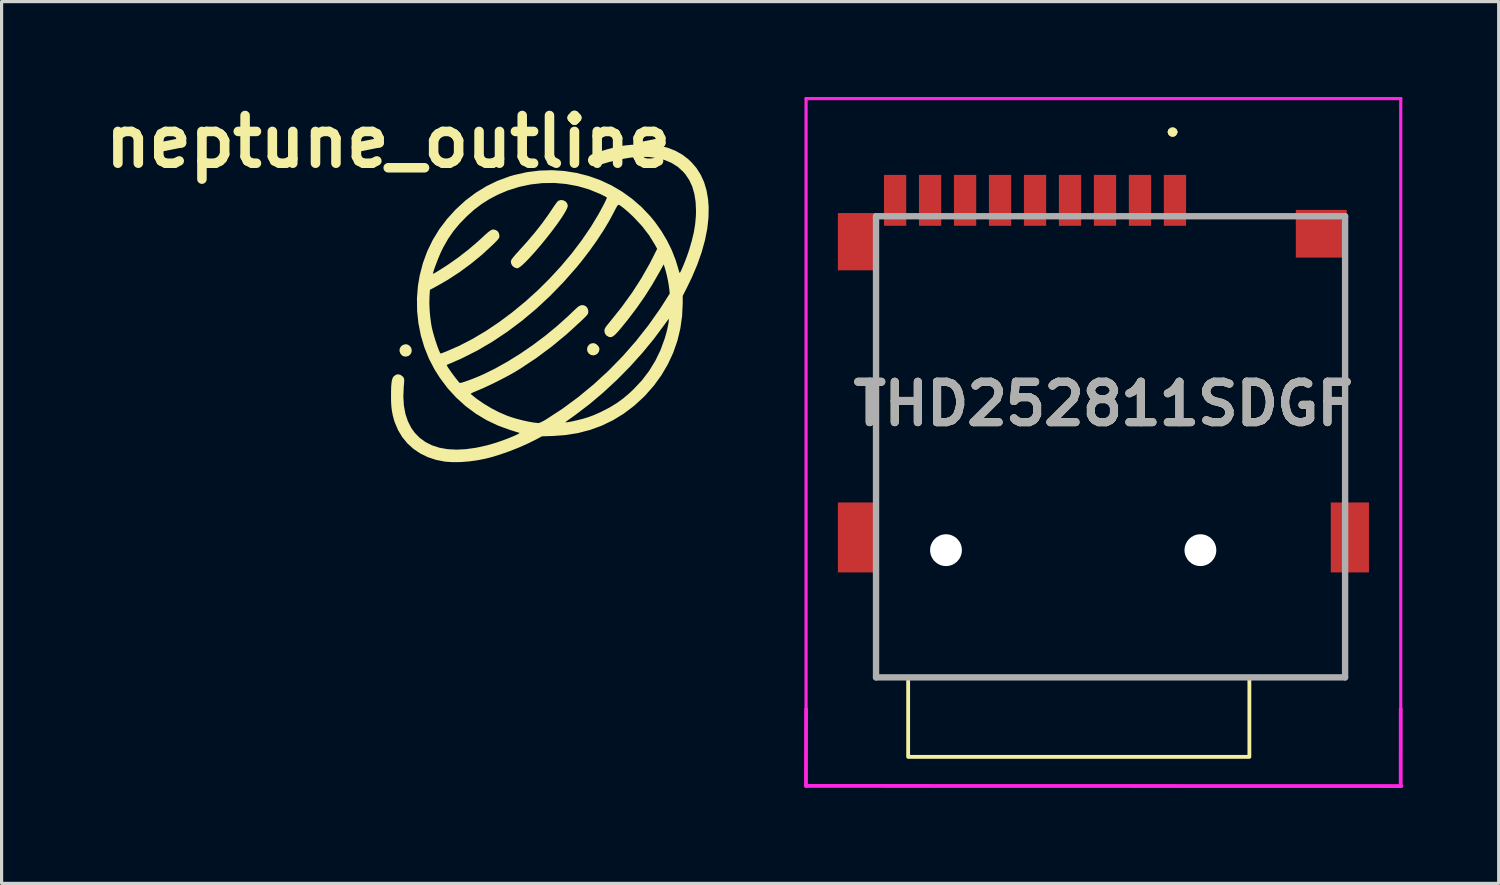
<source format=kicad_pcb>
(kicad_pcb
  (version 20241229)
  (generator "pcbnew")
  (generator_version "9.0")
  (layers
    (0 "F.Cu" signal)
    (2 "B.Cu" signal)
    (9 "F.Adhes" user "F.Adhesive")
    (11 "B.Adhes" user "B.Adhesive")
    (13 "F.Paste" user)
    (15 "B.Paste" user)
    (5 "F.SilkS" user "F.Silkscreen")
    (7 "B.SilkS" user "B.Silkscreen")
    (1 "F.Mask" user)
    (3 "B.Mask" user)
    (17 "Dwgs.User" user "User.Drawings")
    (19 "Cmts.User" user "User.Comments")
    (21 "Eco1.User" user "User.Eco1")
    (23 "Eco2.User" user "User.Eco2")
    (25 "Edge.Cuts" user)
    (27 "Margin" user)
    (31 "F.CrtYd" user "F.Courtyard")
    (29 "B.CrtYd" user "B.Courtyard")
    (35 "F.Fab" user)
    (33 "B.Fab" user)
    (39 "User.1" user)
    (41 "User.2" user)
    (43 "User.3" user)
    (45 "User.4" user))
  (footprint "THD252811SDGF"
    (layer "F.Cu")
    (at 31.872 11)
    (property "Reference" "THD252811SDGF" (at -0.225 -1.35 180) (layer "F.SilkS") (effects (font (size 1.27 1.27) (thickness 0.254))))
    (fp_line (start -7.375 -4.5) (end -7.375 -4.5) (stroke (width 0.1) (type solid)) (layer "F.SilkS"))
    (fp_line (start -7.375 -4.5) (end -7.375 0.75) (stroke (width 0.1) (type solid)) (layer "F.SilkS"))
    (fp_line (start -7.375 0.75) (end -7.375 -4.5) (stroke (width 0.1) (type solid)) (layer "F.SilkS"))
    (fp_line (start -7.375 0.75) (end -7.375 0.75) (stroke (width 0.1) (type solid)) (layer "F.SilkS"))
    (fp_line (start -7.375 4.75) (end -7.375 4.75) (stroke (width 0.1) (type solid)) (layer "F.SilkS"))
    (fp_line (start -7.375 4.75) (end -7.375 7.25) (stroke (width 0.1) (type solid)) (layer "F.SilkS"))
    (fp_line (start -7.375 7.25) (end -7.375 4.75) (stroke (width 0.1) (type solid)) (layer "F.SilkS"))
    (fp_line (start -7.375 7.25) (end -7.375 7.25) (stroke (width 0.1) (type solid)) (layer "F.SilkS"))
    (fp_line (start -7.375 7.25) (end -7.375 7.25) (stroke (width 0.1) (type solid)) (layer "F.SilkS"))
    (fp_line (start -7.375 7.25) (end 7.375 7.25) (stroke (width 0.1) (type solid)) (layer "F.SilkS"))
    (fp_line (start 1.9 -9.9) (end 1.9 -9.9) (stroke (width 0.2) (type solid)) (layer "F.SilkS"))
    (fp_line (start 1.9 -9.9) (end 1.9 -9.9) (stroke (width 0.2) (type solid)) (layer "F.SilkS"))
    (fp_line (start 2 -9.9) (end 2 -9.9) (stroke (width 0.2) (type solid)) (layer "F.SilkS"))
    (fp_line (start 3.25 -7.25) (end 3.25 -7.25) (stroke (width 0.1) (type solid)) (layer "F.SilkS"))
    (fp_line (start 3.25 -7.25) (end 5 -7.25) (stroke (width 0.1) (type solid)) (layer "F.SilkS"))
    (fp_line (start 5 -7.25) (end 3.25 -7.25) (stroke (width 0.1) (type solid)) (layer "F.SilkS"))
    (fp_line (start 5 -7.25) (end 5 -7.25) (stroke (width 0.1) (type solid)) (layer "F.SilkS"))
    (fp_line (start 7.375 -4.75) (end 7.375 -4.75) (stroke (width 0.1) (type solid)) (layer "F.SilkS"))
    (fp_line (start 7.375 -4.75) (end 7.375 0.75) (stroke (width 0.1) (type solid)) (layer "F.SilkS"))
    (fp_line (start 7.375 0.75) (end 7.375 -4.75) (stroke (width 0.1) (type solid)) (layer "F.SilkS"))
    (fp_line (start 7.375 0.75) (end 7.375 0.75) (stroke (width 0.1) (type solid)) (layer "F.SilkS"))
    (fp_line (start 7.375 5) (end 7.375 5) (stroke (width 0.1) (type solid)) (layer "F.SilkS"))
    (fp_line (start 7.375 5) (end 7.375 7.25) (stroke (width 0.1) (type solid)) (layer "F.SilkS"))
    (fp_line (start 7.375 7.25) (end -7.375 7.25) (stroke (width 0.1) (type solid)) (layer "F.SilkS"))
    (fp_line (start 7.375 7.25) (end 7.375 5) (stroke (width 0.1) (type solid)) (layer "F.SilkS"))
    (fp_line (start 7.375 7.25) (end 7.375 7.25) (stroke (width 0.1) (type solid)) (layer "F.SilkS"))
    (fp_line (start 7.375 7.25) (end 7.375 7.25) (stroke (width 0.1) (type solid)) (layer "F.SilkS"))
    (fp_rect (start -6.365 7.239) (end 4.365 9.75) (stroke (width 0.12) (type solid)) (fill no) (layer "F.SilkS"))
    (fp_arc (start 1.9 -9.9) (mid 1.95 -9.95) (end 2 -9.9) (stroke (width 0.2) (type solid)) (layer "F.SilkS"))
    (fp_arc (start 2 -9.9) (mid 1.95 -9.85) (end 1.9 -9.9) (stroke (width 0.2) (type solid)) (layer "F.SilkS"))
    (fp_arc (start 2 -9.9) (mid 1.95 -9.85) (end 1.9 -9.9) (stroke (width 0.2) (type solid)) (layer "F.SilkS"))
    (fp_line (start -9.578 10.668) (end -9.575 8.25) (stroke (width 0.12) (type solid)) (layer "F.CrtYd"))
    (fp_line (start -9.575 -10.95) (end 9.125 -10.95) (stroke (width 0.1) (type solid)) (layer "F.CrtYd"))
    (fp_line (start -9.575 8.25) (end -9.575 -10.95) (stroke (width 0.1) (type solid)) (layer "F.CrtYd"))
    (fp_line (start 9.125 -10.95) (end 9.125 8.25) (stroke (width 0.1) (type solid)) (layer "F.CrtYd"))
    (fp_line (start 9.125 8.25) (end 9.124 10.65) (stroke (width 0.12) (type solid)) (layer "F.CrtYd"))
    (fp_line (start 9.144 10.668) (end -9.571 10.663) (stroke (width 0.12) (type solid)) (layer "F.CrtYd"))
    (fp_line (start -7.375 -7.25) (end -7.375 7.25) (stroke (width 0.2) (type solid)) (layer "F.Fab"))
    (fp_line (start -7.375 7.25) (end 7.375 7.25) (stroke (width 0.2) (type solid)) (layer "F.Fab"))
    (fp_line (start 7.375 -7.25) (end -7.375 -7.25) (stroke (width 0.2) (type solid)) (layer "F.Fab"))
    (fp_line (start 7.375 7.25) (end 7.375 -7.25) (stroke (width 0.2) (type solid)) (layer "F.Fab"))
    (fp_text user "${REFERENCE}" (at -0.225 -1.35 180) (layer "F.Fab") (effects (font (size 1.27 1.27) (thickness 0.254))))
    (pad "" np_thru_hole circle (at -5.175 3.25) (size 1 1) (drill 1) (layers "*.Cu" "*.Mask"))
    (pad "" np_thru_hole circle (at 2.825 3.25) (size 1 1) (drill 1) (layers "*.Cu" "*.Mask"))
    (pad "1" smd rect (at 2.025 -7.75) (size 0.7 1.6) (layers "F.Cu" "F.Mask" "F.Paste"))
    (pad "2" smd rect (at 0.925 -7.75) (size 0.7 1.6) (layers "F.Cu" "F.Mask" "F.Paste"))
    (pad "3" smd rect (at -0.175 -7.75) (size 0.7 1.6) (layers "F.Cu" "F.Mask" "F.Paste"))
    (pad "4" smd rect (at -1.275 -7.75) (size 0.7 1.6) (layers "F.Cu" "F.Mask" "F.Paste"))
    (pad "5" smd rect (at -2.375 -7.75) (size 0.7 1.6) (layers "F.Cu" "F.Mask" "F.Paste"))
    (pad "6" smd rect (at -3.475 -7.75) (size 0.7 1.6) (layers "F.Cu" "F.Mask" "F.Paste"))
    (pad "7" smd rect (at -4.575 -7.75) (size 0.7 1.6) (layers "F.Cu" "F.Mask" "F.Paste"))
    (pad "8" smd rect (at -5.675 -7.75) (size 0.7 1.6) (layers "F.Cu" "F.Mask" "F.Paste"))
    (pad "9" smd rect (at -6.775 -7.75) (size 0.7 1.6) (layers "F.Cu" "F.Mask" "F.Paste"))
    (pad "MP1" smd rect (at 6.625 -6.7 90) (size 1.5 1.6) (layers "F.Cu" "F.Mask" "F.Paste"))
    (pad "MP2" smd rect (at 7.525 2.85) (size 1.2 2.2) (layers "F.Cu" "F.Mask" "F.Paste"))
    (pad "MP3" smd rect (at -7.975 2.85) (size 1.2 2.2) (layers "F.Cu" "F.Mask" "F.Paste"))
    (pad "MP4" smd rect (at -7.975 -6.45) (size 1.2 1.8) (layers "F.Cu" "F.Mask" "F.Paste")))
  (footprint "neptune_outline"
    (layer "F.Cu")
    (at 14.237 6.484)
    (property "Reference" "neptune_outline" (at -5.08 -5.08 0) (layer "F.SilkS") (effects (font (size 1.5 1.5) (thickness 0.3))))
    (attr board_only exclude_from_pos_files exclude_from_bom)
    (fp_poly (pts (xy 1.398 1.259) (xy 1.46 1.286) (xy 1.516 1.335) (xy 1.553 1.395) (xy 1.563 1.439) (xy 1.547 1.52) (xy 1.503 1.584) (xy 1.442 1.625) (xy 1.369 1.641) (xy 1.295 1.628) (xy 1.229 1.584) (xy 1.185 1.516) (xy 1.172 1.443) (xy 1.188 1.373) (xy 1.227 1.313) (xy 1.287 1.271) (xy 1.362 1.256)) (stroke (width 0) (type solid)) (fill yes) (layer "F.SilkS"))
    (fp_poly (pts (xy -4.45 1.308) (xy -4.389 1.357) (xy -4.359 1.401) (xy -4.339 1.478) (xy -4.351 1.554) (xy -4.389 1.618) (xy -4.45 1.663) (xy -4.526 1.68) (xy -4.588 1.671) (xy -4.639 1.649) (xy -4.643 1.646) (xy -4.7 1.579) (xy -4.724 1.505) (xy -4.718 1.431) (xy -4.685 1.366) (xy -4.628 1.317) (xy -4.548 1.292) (xy -4.517 1.29)) (stroke (width 0) (type solid)) (fill yes) (layer "F.SilkS"))
    (fp_poly (pts (xy 0.424 -3.236) (xy 0.492 -3.202) (xy 0.542 -3.148) (xy 0.566 -3.077) (xy 0.567 -3.063) (xy 0.554 -3.008) (xy 0.518 -2.928) (xy 0.462 -2.829) (xy 0.388 -2.711) (xy 0.299 -2.58) (xy 0.197 -2.438) (xy 0.085 -2.288) (xy -0.034 -2.134) (xy -0.157 -1.98) (xy -0.282 -1.827) (xy -0.407 -1.681) (xy -0.527 -1.544) (xy -0.642 -1.419) (xy -0.747 -1.309) (xy -0.841 -1.219) (xy -0.921 -1.151) (xy -0.984 -1.109) (xy -1.026 -1.095) (xy -1.056 -1.103) (xy -1.103 -1.121) (xy -1.108 -1.123) (xy -1.171 -1.169) (xy -1.212 -1.237) (xy -1.223 -1.313) (xy -1.22 -1.333) (xy -1.199 -1.376) (xy -1.149 -1.444) (xy -1.071 -1.537) (xy -0.969 -1.649) (xy -0.699 -1.949) (xy -0.457 -2.235) (xy -0.237 -2.515) (xy -0.036 -2.795) (xy 0.083 -2.973) (xy 0.14 -3.058) (xy 0.193 -3.132) (xy 0.236 -3.188) (xy 0.266 -3.219) (xy 0.271 -3.222) (xy 0.347 -3.244)) (stroke (width 0) (type solid)) (fill yes) (layer "F.SilkS"))
    (fp_poly (pts (xy 3.055 -4.99) (xy 3.176 -4.987) (xy 3.274 -4.982) (xy 3.356 -4.974) (xy 3.429 -4.961) (xy 3.454 -4.956) (xy 3.719 -4.885) (xy 3.953 -4.792) (xy 4.162 -4.676) (xy 4.35 -4.533) (xy 4.449 -4.44) (xy 4.615 -4.248) (xy 4.749 -4.036) (xy 4.854 -3.804) (xy 4.93 -3.549) (xy 4.978 -3.268) (xy 4.997 -3.026) (xy 4.992 -2.695) (xy 4.954 -2.347) (xy 4.882 -1.984) (xy 4.778 -1.607) (xy 4.641 -1.217) (xy 4.472 -0.817) (xy 4.324 -0.511) (xy 4.181 -0.229) (xy 4.181 0.003) (xy 4.162 0.407) (xy 4.105 0.803) (xy 4.012 1.187) (xy 3.882 1.559) (xy 3.716 1.917) (xy 3.515 2.26) (xy 3.281 2.585) (xy 3.012 2.891) (xy 2.952 2.952) (xy 2.649 3.23) (xy 2.329 3.472) (xy 1.993 3.678) (xy 1.64 3.849) (xy 1.272 3.984) (xy 0.888 4.084) (xy 0.488 4.148) (xy 0.107 4.175) (xy -0.244 4.186) (xy -0.42 4.28) (xy -0.681 4.41) (xy -0.964 4.536) (xy -1.257 4.652) (xy -1.55 4.755) (xy -1.831 4.841) (xy -1.999 4.884) (xy -2.265 4.938) (xy -2.534 4.975) (xy -2.799 4.996) (xy -3.049 4.999) (xy -3.274 4.984) (xy -3.299 4.981) (xy -3.576 4.927) (xy -3.835 4.841) (xy -4.072 4.725) (xy -4.286 4.581) (xy -4.476 4.409) (xy -4.638 4.211) (xy -4.771 3.99) (xy -4.874 3.746) (xy -4.901 3.659) (xy -4.938 3.52) (xy -4.963 3.388) (xy -4.98 3.252) (xy -4.989 3.099) (xy -4.991 2.941) (xy -4.99 2.765) (xy -4.986 2.624) (xy -4.977 2.513) (xy -4.964 2.428) (xy -4.945 2.365) (xy -4.921 2.319) (xy -4.912 2.307) (xy -4.845 2.253) (xy -4.771 2.235) (xy -4.695 2.252) (xy -4.626 2.303) (xy -4.606 2.328) (xy -4.591 2.35) (xy -4.581 2.374) (xy -4.577 2.408) (xy -4.577 2.457) (xy -4.582 2.529) (xy -4.591 2.633) (xy -4.592 2.65) (xy -4.604 2.946) (xy -4.586 3.223) (xy -4.539 3.478) (xy -4.461 3.712) (xy -4.355 3.921) (xy -4.245 4.075) (xy -4.087 4.236) (xy -3.904 4.368) (xy -3.696 4.472) (xy -3.464 4.546) (xy -3.21 4.59) (xy -2.934 4.605) (xy -2.637 4.59) (xy -2.32 4.546) (xy -1.983 4.472) (xy -1.778 4.414) (xy -1.661 4.377) (xy -1.539 4.336) (xy -1.417 4.292) (xy -1.299 4.247) (xy -1.192 4.203) (xy -1.098 4.163) (xy -1.024 4.128) (xy -0.974 4.101) (xy -0.954 4.083) (xy -0.957 4.077) (xy -0.986 4.068) (xy -1.044 4.05) (xy -1.124 4.025) (xy -1.219 3.995) (xy -1.25 3.986) (xy -1.629 3.848) (xy -1.988 3.677) (xy -2.327 3.473) (xy -2.645 3.237) (xy -2.939 2.971) (xy -3.21 2.675) (xy -3.454 2.35) (xy -3.62 2.088) (xy -3.696 1.943) (xy -3.239 1.943) (xy -3.233 1.963) (xy -3.207 2.008) (xy -3.166 2.071) (xy -3.113 2.147) (xy -3.053 2.231) (xy -2.99 2.315) (xy -2.928 2.394) (xy -2.872 2.463) (xy -2.833 2.507) (xy -2.809 2.508) (xy -2.755 2.494) (xy -2.676 2.47) (xy -2.579 2.436) (xy -2.468 2.395) (xy -2.35 2.348) (xy -2.23 2.299) (xy -2.114 2.248) (xy -2.11 2.247) (xy -1.724 2.058) (xy -1.328 1.837) (xy -0.929 1.589) (xy -0.532 1.317) (xy -0.144 1.026) (xy 0.228 0.72) (xy 0.581 0.403) (xy 0.664 0.323) (xy 0.739 0.251) (xy 0.809 0.186) (xy 0.866 0.134) (xy 0.904 0.103) (xy 0.906 0.101) (xy 0.982 0.064) (xy 1.059 0.062) (xy 1.127 0.09) (xy 1.18 0.144) (xy 1.209 0.22) (xy 1.212 0.257) (xy 1.211 0.29) (xy 1.205 0.318) (xy 1.191 0.347) (xy 1.163 0.383) (xy 1.119 0.43) (xy 1.054 0.495) (xy 0.982 0.564) (xy 0.538 0.971) (xy 0.07 1.358) (xy -0.415 1.719) (xy -0.909 2.048) (xy -1.075 2.15) (xy -1.215 2.231) (xy -1.38 2.32) (xy -1.56 2.414) (xy -1.747 2.508) (xy -1.931 2.596) (xy -2.103 2.675) (xy -2.253 2.739) (xy -2.292 2.755) (xy -2.373 2.789) (xy -2.437 2.818) (xy -2.477 2.841) (xy -2.488 2.853) (xy -2.296 3.008) (xy -2.075 3.16) (xy -1.838 3.303) (xy -1.595 3.429) (xy -1.356 3.532) (xy -1.325 3.544) (xy -1.176 3.595) (xy -1.013 3.643) (xy -0.843 3.686) (xy -0.678 3.723) (xy -0.526 3.75) (xy -0.397 3.766) (xy -0.353 3.769) (xy -0.319 3.76) (xy -0.265 3.736) (xy 0.498 3.736) (xy 0.501 3.746) (xy 0.541 3.745) (xy 0.617 3.733) (xy 0.729 3.711) (xy 0.86 3.681) (xy 1.055 3.632) (xy 1.226 3.579) (xy 1.392 3.517) (xy 1.566 3.44) (xy 1.631 3.409) (xy 1.882 3.279) (xy 2.105 3.143) (xy 2.313 2.992) (xy 2.518 2.818) (xy 2.635 2.707) (xy 2.897 2.428) (xy 3.124 2.13) (xy 3.319 1.812) (xy 3.483 1.473) (xy 3.615 1.111) (xy 3.67 0.918) (xy 3.691 0.833) (xy 3.711 0.742) (xy 3.728 0.655) (xy 3.74 0.579) (xy 3.747 0.524) (xy 3.746 0.497) (xy 3.746 0.496) (xy 3.732 0.508) (xy 3.701 0.546) (xy 3.657 0.605) (xy 3.605 0.678) (xy 3.604 0.679) (xy 3.272 1.126) (xy 2.909 1.567) (xy 2.52 1.999) (xy 2.11 2.414) (xy 1.685 2.807) (xy 1.251 3.174) (xy 0.813 3.508) (xy 0.733 3.565) (xy 0.652 3.623) (xy 0.582 3.673) (xy 0.529 3.712) (xy 0.501 3.734) (xy 0.498 3.736) (xy -0.265 3.736) (xy -0.26 3.734) (xy -0.185 3.695) (xy -0.109 3.651) (xy 0.403 3.317) (xy 0.902 2.948) (xy 1.386 2.548) (xy 1.852 2.119) (xy 2.297 1.663) (xy 2.716 1.185) (xy 3.108 0.687) (xy 3.47 0.173) (xy 3.591 -0.015) (xy 3.773 -0.303) (xy 3.76 -0.43) (xy 3.743 -0.559) (xy 3.717 -0.71) (xy 3.684 -0.864) (xy 3.649 -1.006) (xy 3.628 -1.08) (xy 3.584 -1.221) (xy 3.45 -0.979) (xy 3.223 -0.584) (xy 2.984 -0.207) (xy 2.727 0.161) (xy 2.446 0.53) (xy 2.223 0.804) (xy 2.132 0.91) (xy 2.059 0.985) (xy 1.999 1.035) (xy 1.948 1.062) (xy 1.901 1.068) (xy 1.854 1.058) (xy 1.851 1.057) (xy 1.775 1.01) (xy 1.731 0.941) (xy 1.719 0.87) (xy 1.722 0.836) (xy 1.73 0.804) (xy 1.75 0.766) (xy 1.784 0.718) (xy 1.836 0.652) (xy 1.907 0.566) (xy 2.268 0.114) (xy 2.592 -0.335) (xy 2.881 -0.784) (xy 3.137 -1.235) (xy 3.223 -1.402) (xy 3.378 -1.71) (xy 3.308 -1.837) (xy 3.124 -2.136) (xy 2.903 -2.423) (xy 2.645 -2.7) (xy 2.645 -2.7) (xy 2.551 -2.79) (xy 2.454 -2.878) (xy 2.362 -2.957) (xy 2.28 -3.023) (xy 2.215 -3.07) (xy 2.189 -3.087) (xy 2.169 -3.094) (xy 2.15 -3.089) (xy 2.129 -3.067) (xy 2.101 -3.023) (xy 2.063 -2.953) (xy 2.022 -2.872) (xy 1.869 -2.586) (xy 1.688 -2.285) (xy 1.484 -1.974) (xy 1.261 -1.66) (xy 1.023 -1.349) (xy 0.848 -1.133) (xy 0.441 -0.671) (xy 0.017 -0.234) (xy -0.421 0.174) (xy -0.873 0.552) (xy -1.336 0.899) (xy -1.807 1.213) (xy -2.284 1.492) (xy -2.766 1.735) (xy -3.047 1.859) (xy -3.125 1.892) (xy -3.188 1.919) (xy -3.229 1.937) (xy -3.239 1.943) (xy -3.696 1.943) (xy -3.799 1.747) (xy -3.943 1.387) (xy -4.054 1.015) (xy -4.13 0.631) (xy -4.171 0.241) (xy -4.174 -0.007) (xy -3.786 -0.007) (xy -3.778 0.205) (xy -3.759 0.425) (xy -3.73 0.639) (xy -3.711 0.748) (xy -3.69 0.841) (xy -3.662 0.947) (xy -3.629 1.062) (xy -3.593 1.178) (xy -3.555 1.291) (xy -3.519 1.393) (xy -3.486 1.479) (xy -3.458 1.543) (xy -3.438 1.578) (xy -3.43 1.583) (xy -3.409 1.576) (xy -3.36 1.558) (xy -3.293 1.533) (xy -3.268 1.523) (xy -2.849 1.341) (xy -2.427 1.123) (xy -2.005 0.872) (xy -1.587 0.591) (xy -1.174 0.283) (xy -0.77 -0.05) (xy -0.378 -0.404) (xy -0.001 -0.778) (xy 0.357 -1.167) (xy 0.695 -1.569) (xy 1.008 -1.982) (xy 1.294 -2.402) (xy 1.55 -2.827) (xy 1.717 -3.14) (xy 1.752 -3.213) (xy 1.78 -3.272) (xy 1.795 -3.31) (xy 1.798 -3.318) (xy 1.781 -3.333) (xy 1.736 -3.359) (xy 1.668 -3.394) (xy 1.587 -3.434) (xy 1.239 -3.576) (xy 0.879 -3.681) (xy 0.513 -3.749) (xy 0.142 -3.781) (xy -0.231 -3.776) (xy -0.602 -3.734) (xy -0.969 -3.656) (xy -1.329 -3.541) (xy -1.622 -3.417) (xy -1.891 -3.277) (xy -2.137 -3.122) (xy -2.371 -2.945) (xy -2.602 -2.738) (xy -2.62 -2.721) (xy -2.84 -2.494) (xy -3.03 -2.264) (xy -3.196 -2.023) (xy -3.346 -1.76) (xy -3.391 -1.671) (xy -3.429 -1.589) (xy -3.472 -1.491) (xy -3.516 -1.383) (xy -3.559 -1.271) (xy -3.6 -1.164) (xy -3.633 -1.069) (xy -3.658 -0.991) (xy -3.672 -0.94) (xy -3.673 -0.927) (xy -3.657 -0.929) (xy -3.611 -0.952) (xy -3.536 -0.997) (xy -3.433 -1.061) (xy -3.303 -1.144) (xy -3.185 -1.222) (xy -2.871 -1.442) (xy -2.556 -1.687) (xy -2.253 -1.946) (xy -2.131 -2.058) (xy -2.029 -2.153) (xy -1.949 -2.223) (xy -1.888 -2.271) (xy -1.839 -2.301) (xy -1.799 -2.315) (xy -1.762 -2.317) (xy -1.723 -2.309) (xy -1.718 -2.308) (xy -1.643 -2.267) (xy -1.598 -2.202) (xy -1.583 -2.116) (xy -1.584 -2.086) (xy -1.593 -2.058) (xy -1.612 -2.026) (xy -1.646 -1.985) (xy -1.699 -1.929) (xy -1.775 -1.854) (xy -1.802 -1.827) (xy -2.126 -1.528) (xy -2.475 -1.242) (xy -2.839 -0.974) (xy -3.21 -0.732) (xy -3.532 -0.547) (xy -3.768 -0.42) (xy -3.782 -0.195) (xy -3.786 -0.007) (xy -4.174 -0.007) (xy -4.176 -0.152) (xy -4.145 -0.544) (xy -4.09 -0.869) (xy -3.99 -1.257) (xy -3.854 -1.629) (xy -3.682 -1.984) (xy -3.476 -2.322) (xy -3.234 -2.643) (xy -2.958 -2.947) (xy -2.952 -2.952) (xy -2.649 -3.23) (xy -2.33 -3.471) (xy -1.994 -3.678) (xy -1.642 -3.849) (xy -1.271 -3.986) (xy -1.11 -4.033) (xy -0.716 -4.121) (xy -0.322 -4.17) (xy 0.071 -4.182) (xy 0.46 -4.157) (xy 0.844 -4.096) (xy 1.218 -4.001) (xy 1.583 -3.871) (xy 1.934 -3.708) (xy 2.269 -3.512) (xy 2.587 -3.284) (xy 2.885 -3.025) (xy 3.16 -2.736) (xy 3.308 -2.556) (xy 3.508 -2.273) (xy 3.687 -1.973) (xy 3.839 -1.664) (xy 3.96 -1.353) (xy 4.027 -1.133) (xy 4.048 -1.057) (xy 4.067 -0.995) (xy 4.081 -0.957) (xy 4.084 -0.951) (xy 4.096 -0.962) (xy 4.12 -1.003) (xy 4.151 -1.07) (xy 4.189 -1.158) (xy 4.231 -1.26) (xy 4.274 -1.37) (xy 4.317 -1.485) (xy 4.356 -1.597) (xy 4.381 -1.67) (xy 4.467 -1.963) (xy 4.531 -2.233) (xy 4.573 -2.49) (xy 4.595 -2.743) (xy 4.599 -2.901) (xy 4.587 -3.183) (xy 4.547 -3.438) (xy 4.481 -3.668) (xy 4.386 -3.873) (xy 4.262 -4.057) (xy 4.194 -4.135) (xy 4.027 -4.287) (xy 3.835 -4.409) (xy 3.619 -4.501) (xy 3.378 -4.564) (xy 3.115 -4.598) (xy 2.83 -4.602) (xy 2.524 -4.576) (xy 2.198 -4.52) (xy 1.852 -4.435) (xy 1.715 -4.395) (xy 1.583 -4.355) (xy 1.481 -4.328) (xy 1.406 -4.314) (xy 1.35 -4.312) (xy 1.309 -4.321) (xy 1.276 -4.343) (xy 1.25 -4.372) (xy 1.208 -4.444) (xy 1.2 -4.514) (xy 1.221 -4.579) (xy 1.241 -4.614) (xy 1.268 -4.643) (xy 1.308 -4.669) (xy 1.367 -4.696) (xy 1.451 -4.727) (xy 1.563 -4.764) (xy 1.793 -4.835) (xy 1.997 -4.89) (xy 2.186 -4.932) (xy 2.367 -4.961) (xy 2.55 -4.979) (xy 2.746 -4.989) (xy 2.901 -4.991)) (stroke (width 0) (type solid)) (fill yes) (layer "F.SilkS")))
  (gr_rect
    (start -3 -3)
    (end 44.076 24.728)
    (stroke (width 0.1) (type default))
    (fill no)
    (layer "Edge.Cuts")))
</source>
